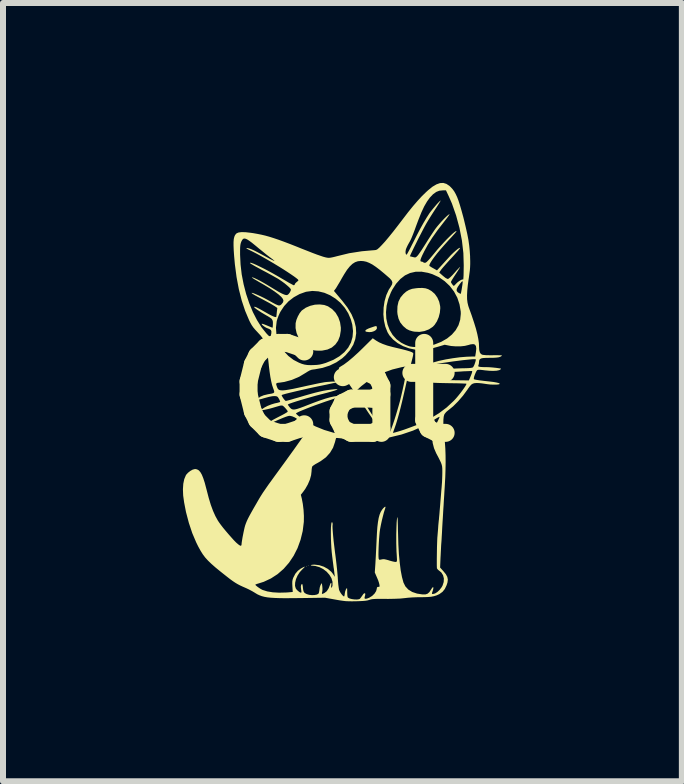
<source format=kicad_pcb>
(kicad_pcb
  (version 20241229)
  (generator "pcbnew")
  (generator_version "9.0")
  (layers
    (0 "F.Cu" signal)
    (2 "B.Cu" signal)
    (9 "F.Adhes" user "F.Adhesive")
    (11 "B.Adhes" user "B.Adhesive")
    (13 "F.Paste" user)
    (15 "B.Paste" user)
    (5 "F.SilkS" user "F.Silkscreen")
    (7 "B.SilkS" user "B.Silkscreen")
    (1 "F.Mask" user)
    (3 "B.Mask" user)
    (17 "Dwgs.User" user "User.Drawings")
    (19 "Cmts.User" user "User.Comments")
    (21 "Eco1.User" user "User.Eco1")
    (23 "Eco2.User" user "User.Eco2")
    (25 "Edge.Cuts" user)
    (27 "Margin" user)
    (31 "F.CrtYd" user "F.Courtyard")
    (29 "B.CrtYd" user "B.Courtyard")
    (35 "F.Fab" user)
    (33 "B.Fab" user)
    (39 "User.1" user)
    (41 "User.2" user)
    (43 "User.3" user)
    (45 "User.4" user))
  (footprint "Cat"
    (layer "F.Cu")
    (at 2.666 3.489)
    (property "Reference" "Cat" (at 0 0 0) (layer "F.SilkS") (effects (font (size 1.5 1.5) (thickness 0.3))))
    (attr board_only exclude_from_pos_files exclude_from_bom)
    (fp_poly (pts (xy -0.604 2.902) (xy -0.609 2.907) (xy -0.615 2.902) (xy -0.609 2.896)) (stroke (width 0) (type solid)) (fill yes) (layer "F.SilkS"))
    (fp_poly (pts (xy -0.573 2.891) (xy -0.578 2.896) (xy -0.583 2.891) (xy -0.578 2.886)) (stroke (width 0) (type solid)) (fill yes) (layer "F.SilkS"))
    (fp_poly (pts (xy 0.56 -1.1) (xy 0.564 -1.094) (xy 0.567 -1.088) (xy 0.568 -1.061) (xy 0.552 -1.037) (xy 0.522 -1.018) (xy 0.484 -1.005) (xy 0.44 -1.001) (xy 0.394 -1.007) (xy 0.393 -1.007) (xy 0.375 -1.017) (xy 0.377 -1.03) (xy 0.396 -1.046) (xy 0.433 -1.064) (xy 0.464 -1.075) (xy 0.508 -1.09) (xy 0.536 -1.099) (xy 0.552 -1.102)) (stroke (width 0) (type solid)) (fill yes) (layer "F.SilkS"))
    (fp_poly (pts (xy -0.31 -1.454) (xy -0.248 -1.432) (xy -0.178 -1.385) (xy -0.119 -1.323) (xy -0.075 -1.248) (xy -0.046 -1.165) (xy -0.033 -1.076) (xy -0.034 -1.026) (xy -0.049 -0.935) (xy -0.079 -0.858) (xy -0.125 -0.794) (xy -0.184 -0.744) (xy -0.256 -0.711) (xy -0.341 -0.694) (xy -0.363 -0.692) (xy -0.408 -0.692) (xy -0.45 -0.694) (xy -0.481 -0.698) (xy -0.482 -0.698) (xy -0.56 -0.728) (xy -0.63 -0.775) (xy -0.69 -0.836) (xy -0.737 -0.907) (xy -0.771 -0.986) (xy -0.788 -1.069) (xy -0.787 -1.15) (xy -0.774 -1.205) (xy -0.75 -1.263) (xy -0.72 -1.317) (xy -0.687 -1.359) (xy -0.68 -1.365) (xy -0.617 -1.409) (xy -0.544 -1.44) (xy -0.465 -1.459) (xy -0.385 -1.463)) (stroke (width 0) (type solid)) (fill yes) (layer "F.SilkS"))
    (fp_poly (pts (xy 1.379 -1.732) (xy 1.425 -1.717) (xy 1.472 -1.69) (xy 1.48 -1.685) (xy 1.533 -1.639) (xy 1.576 -1.578) (xy 1.607 -1.508) (xy 1.623 -1.434) (xy 1.625 -1.4) (xy 1.618 -1.326) (xy 1.599 -1.251) (xy 1.569 -1.181) (xy 1.531 -1.123) (xy 1.502 -1.092) (xy 1.437 -1.048) (xy 1.361 -1.019) (xy 1.279 -1.005) (xy 1.196 -1.009) (xy 1.167 -1.014) (xy 1.109 -1.031) (xy 1.063 -1.054) (xy 1.021 -1.089) (xy 1.003 -1.106) (xy 0.958 -1.162) (xy 0.929 -1.225) (xy 0.912 -1.299) (xy 0.908 -1.341) (xy 0.911 -1.432) (xy 0.928 -1.51) (xy 0.962 -1.579) (xy 1.01 -1.636) (xy 1.055 -1.676) (xy 1.102 -1.704) (xy 1.155 -1.723) (xy 1.221 -1.733) (xy 1.262 -1.737) (xy 1.327 -1.738)) (stroke (width 0) (type solid)) (fill yes) (layer "F.SilkS"))
    (fp_poly (pts (xy 1.727 -3.473) (xy 1.777 -3.44) (xy 1.801 -3.417) (xy 1.831 -3.384) (xy 1.858 -3.347) (xy 1.882 -3.304) (xy 1.906 -3.253) (xy 1.929 -3.192) (xy 1.953 -3.117) (xy 1.979 -3.028) (xy 2.008 -2.922) (xy 2.02 -2.875) (xy 2.05 -2.749) (xy 2.075 -2.638) (xy 2.094 -2.539) (xy 2.107 -2.446) (xy 2.116 -2.357) (xy 2.122 -2.267) (xy 2.122 -2.25) (xy 2.124 -2.187) (xy 2.124 -2.134) (xy 2.122 -2.084) (xy 2.118 -2.032) (xy 2.11 -1.972) (xy 2.1 -1.897) (xy 2.099 -1.896) (xy 2.084 -1.787) (xy 2.075 -1.694) (xy 2.071 -1.616) (xy 2.072 -1.55) (xy 2.079 -1.493) (xy 2.091 -1.442) (xy 2.099 -1.417) (xy 2.148 -1.281) (xy 2.188 -1.161) (xy 2.22 -1.057) (xy 2.243 -0.966) (xy 2.259 -0.887) (xy 2.269 -0.817) (xy 2.271 -0.76) (xy 2.274 -0.704) (xy 2.284 -0.664) (xy 2.301 -0.639) (xy 2.323 -0.625) (xy 2.346 -0.621) (xy 2.387 -0.617) (xy 2.443 -0.616) (xy 2.498 -0.616) (xy 2.551 -0.617) (xy 2.597 -0.616) (xy 2.632 -0.615) (xy 2.65 -0.613) (xy 2.653 -0.612) (xy 2.649 -0.604) (xy 2.63 -0.593) (xy 2.622 -0.589) (xy 2.595 -0.581) (xy 2.555 -0.576) (xy 2.5 -0.573) (xy 2.451 -0.573) (xy 2.385 -0.572) (xy 2.337 -0.569) (xy 2.305 -0.562) (xy 2.285 -0.55) (xy 2.275 -0.533) (xy 2.271 -0.509) (xy 2.271 -0.504) (xy 2.268 -0.473) (xy 2.261 -0.449) (xy 2.261 -0.448) (xy 2.257 -0.437) (xy 2.261 -0.429) (xy 2.276 -0.424) (xy 2.304 -0.42) (xy 2.349 -0.418) (xy 2.387 -0.418) (xy 2.441 -0.416) (xy 2.496 -0.412) (xy 2.542 -0.407) (xy 2.553 -0.406) (xy 2.589 -0.401) (xy 2.616 -0.397) (xy 2.628 -0.396) (xy 2.637 -0.392) (xy 2.631 -0.381) (xy 2.614 -0.37) (xy 2.603 -0.366) (xy 2.564 -0.358) (xy 2.508 -0.355) (xy 2.442 -0.357) (xy 2.368 -0.364) (xy 2.347 -0.367) (xy 2.295 -0.373) (xy 2.262 -0.373) (xy 2.242 -0.369) (xy 2.242 -0.368) (xy 2.23 -0.354) (xy 2.216 -0.327) (xy 2.202 -0.294) (xy 2.19 -0.26) (xy 2.184 -0.233) (xy 2.185 -0.218) (xy 2.185 -0.217) (xy 2.201 -0.211) (xy 2.237 -0.204) (xy 2.291 -0.196) (xy 2.364 -0.187) (xy 2.448 -0.178) (xy 2.514 -0.17) (xy 2.564 -0.161) (xy 2.599 -0.152) (xy 2.616 -0.143) (xy 2.614 -0.135) (xy 2.614 -0.135) (xy 2.593 -0.129) (xy 2.557 -0.126) (xy 2.51 -0.126) (xy 2.458 -0.128) (xy 2.406 -0.134) (xy 2.366 -0.14) (xy 2.318 -0.147) (xy 2.267 -0.152) (xy 2.229 -0.153) (xy 2.194 -0.15) (xy 2.167 -0.142) (xy 2.142 -0.126) (xy 2.118 -0.099) (xy 2.087 -0.057) (xy 2.081 -0.047) (xy 2.004 0.058) (xy 1.922 0.153) (xy 1.839 0.236) (xy 1.758 0.302) (xy 1.757 0.302) (xy 1.723 0.331) (xy 1.698 0.362) (xy 1.691 0.375) (xy 1.682 0.408) (xy 1.677 0.458) (xy 1.676 0.521) (xy 1.678 0.593) (xy 1.683 0.67) (xy 1.692 0.748) (xy 1.693 0.761) (xy 1.702 0.841) (xy 1.709 0.938) (xy 1.713 1.049) (xy 1.714 1.168) (xy 1.712 1.291) (xy 1.708 1.416) (xy 1.703 1.505) (xy 1.699 1.58) (xy 1.694 1.655) (xy 1.69 1.726) (xy 1.686 1.787) (xy 1.683 1.833) (xy 1.683 1.834) (xy 1.68 1.889) (xy 1.676 1.947) (xy 1.673 1.997) (xy 1.672 2.016) (xy 1.67 2.051) (xy 1.667 2.101) (xy 1.663 2.162) (xy 1.659 2.229) (xy 1.656 2.282) (xy 1.653 2.347) (xy 1.649 2.41) (xy 1.646 2.465) (xy 1.643 2.507) (xy 1.641 2.53) (xy 1.639 2.56) (xy 1.637 2.605) (xy 1.634 2.662) (xy 1.631 2.723) (xy 1.629 2.755) (xy 1.622 2.924) (xy 1.676 2.984) (xy 1.718 3.035) (xy 1.742 3.08) (xy 1.751 3.124) (xy 1.745 3.173) (xy 1.73 3.22) (xy 1.7 3.282) (xy 1.662 3.329) (xy 1.611 3.366) (xy 1.607 3.368) (xy 1.566 3.387) (xy 1.522 3.401) (xy 1.471 3.411) (xy 1.408 3.416) (xy 1.331 3.418) (xy 1.299 3.418) (xy 1.232 3.419) (xy 1.159 3.422) (xy 1.09 3.427) (xy 1.037 3.433) (xy 0.958 3.441) (xy 0.861 3.445) (xy 0.748 3.447) (xy 0.707 3.446) (xy 0.632 3.446) (xy 0.575 3.446) (xy 0.532 3.448) (xy 0.499 3.45) (xy 0.473 3.454) (xy 0.452 3.46) (xy 0.443 3.463) (xy 0.416 3.471) (xy 0.382 3.477) (xy 0.338 3.481) (xy 0.28 3.484) (xy 0.219 3.486) (xy 0.15 3.487) (xy 0.095 3.486) (xy 0.046 3.484) (xy -0.002 3.478) (xy -0.057 3.47) (xy -0.125 3.458) (xy -0.297 3.427) (xy -0.708 3.433) (xy -0.84 3.434) (xy -0.954 3.435) (xy -1.05 3.434) (xy -1.132 3.431) (xy -1.2 3.427) (xy -1.258 3.421) (xy -1.308 3.412) (xy -1.35 3.401) (xy -1.388 3.387) (xy -1.423 3.371) (xy -1.458 3.35) (xy -1.469 3.343) (xy -1.513 3.317) (xy -1.566 3.289) (xy -1.617 3.265) (xy -1.62 3.264) (xy -1.67 3.242) (xy -1.713 3.222) (xy -1.734 3.211) (xy -1.459 3.211) (xy -1.45 3.222) (xy -1.429 3.24) (xy -1.4 3.261) (xy -1.369 3.281) (xy -1.341 3.296) (xy -1.336 3.298) (xy -1.259 3.322) (xy -1.167 3.337) (xy -1.061 3.343) (xy -0.944 3.34) (xy -0.914 3.338) (xy -0.835 3.331) (xy -0.841 3.236) (xy -0.843 3.187) (xy -0.842 3.152) (xy -0.837 3.125) (xy -0.828 3.098) (xy -0.824 3.089) (xy -0.791 3.026) (xy -0.751 2.979) (xy -0.701 2.941) (xy -0.695 2.938) (xy -0.658 2.918) (xy -0.637 2.909) (xy -0.634 2.912) (xy -0.648 2.928) (xy -0.674 2.953) (xy -0.719 3.002) (xy -0.755 3.058) (xy -0.781 3.117) (xy -0.795 3.176) (xy -0.797 3.229) (xy -0.785 3.271) (xy -0.768 3.294) (xy -0.745 3.316) (xy -0.721 3.334) (xy -0.701 3.343) (xy -0.692 3.341) (xy -0.69 3.329) (xy -0.693 3.303) (xy -0.696 3.284) (xy -0.7 3.243) (xy -0.695 3.213) (xy -0.683 3.199) (xy -0.678 3.198) (xy -0.673 3.208) (xy -0.668 3.233) (xy -0.665 3.263) (xy -0.66 3.301) (xy -0.652 3.327) (xy -0.639 3.345) (xy -0.633 3.35) (xy -0.602 3.367) (xy -0.56 3.379) (xy -0.514 3.384) (xy -0.469 3.382) (xy -0.431 3.374) (xy -0.406 3.36) (xy -0.406 3.359) (xy -0.398 3.341) (xy -0.392 3.31) (xy -0.39 3.291) (xy -0.384 3.254) (xy -0.373 3.221) (xy -0.368 3.21) (xy -0.35 3.183) (xy -0.342 3.24) (xy -0.339 3.279) (xy -0.341 3.316) (xy -0.344 3.331) (xy -0.349 3.354) (xy -0.346 3.363) (xy -0.331 3.36) (xy -0.306 3.348) (xy -0.267 3.318) (xy -0.236 3.269) (xy -0.218 3.222) (xy -0.207 3.191) (xy -0.197 3.179) (xy -0.191 3.185) (xy -0.191 3.209) (xy -0.193 3.219) (xy -0.195 3.248) (xy -0.191 3.261) (xy -0.189 3.261) (xy -0.181 3.252) (xy -0.174 3.229) (xy -0.172 3.22) (xy -0.172 3.161) (xy -0.19 3.101) (xy -0.224 3.045) (xy -0.27 2.993) (xy -0.326 2.95) (xy -0.39 2.917) (xy -0.458 2.898) (xy -0.495 2.894) (xy -0.525 2.891) (xy -0.535 2.886) (xy -0.528 2.881) (xy -0.505 2.877) (xy -0.475 2.875) (xy -0.395 2.884) (xy -0.318 2.909) (xy -0.249 2.947) (xy -0.191 2.996) (xy -0.164 3.031) (xy -0.133 3.079) (xy -0.141 3.016) (xy -0.145 2.98) (xy -0.149 2.95) (xy -0.151 2.936) (xy -0.154 2.92) (xy -0.158 2.887) (xy -0.164 2.841) (xy -0.171 2.786) (xy -0.177 2.738) (xy -0.185 2.667) (xy -0.191 2.594) (xy -0.195 2.519) (xy -0.198 2.445) (xy -0.199 2.376) (xy -0.199 2.312) (xy -0.198 2.257) (xy -0.194 2.213) (xy -0.19 2.182) (xy -0.183 2.167) (xy -0.176 2.17) (xy -0.175 2.172) (xy -0.169 2.197) (xy -0.17 2.209) (xy -0.172 2.232) (xy -0.171 2.273) (xy -0.167 2.33) (xy -0.161 2.401) (xy -0.153 2.483) (xy -0.142 2.574) (xy -0.13 2.672) (xy -0.125 2.709) (xy -0.115 2.789) (xy -0.105 2.873) (xy -0.096 2.956) (xy -0.089 3.032) (xy -0.084 3.094) (xy -0.084 3.099) (xy -0.08 3.158) (xy -0.075 3.212) (xy -0.069 3.257) (xy -0.064 3.288) (xy -0.063 3.295) (xy -0.051 3.322) (xy -0.033 3.352) (xy -0.012 3.38) (xy 0.008 3.4) (xy 0.021 3.407) (xy 0.026 3.397) (xy 0.031 3.374) (xy 0.033 3.356) (xy 0.04 3.321) (xy 0.051 3.29) (xy 0.056 3.281) (xy 0.064 3.27) (xy 0.07 3.268) (xy 0.072 3.28) (xy 0.073 3.308) (xy 0.073 3.335) (xy 0.075 3.384) (xy 0.08 3.415) (xy 0.086 3.425) (xy 0.113 3.44) (xy 0.152 3.45) (xy 0.195 3.456) (xy 0.237 3.457) (xy 0.27 3.452) (xy 0.283 3.446) (xy 0.298 3.429) (xy 0.317 3.402) (xy 0.322 3.395) (xy 0.344 3.363) (xy 0.363 3.351) (xy 0.373 3.356) (xy 0.374 3.378) (xy 0.365 3.412) (xy 0.361 3.435) (xy 0.373 3.445) (xy 0.401 3.442) (xy 0.44 3.427) (xy 0.489 3.397) (xy 0.529 3.358) (xy 0.555 3.317) (xy 0.565 3.283) (xy 0.569 3.258) (xy 0.578 3.248) (xy 0.592 3.246) (xy 0.608 3.245) (xy 0.613 3.236) (xy 0.611 3.213) (xy 0.61 3.208) (xy 0.603 3.179) (xy 0.59 3.139) (xy 0.572 3.096) (xy 0.568 3.087) (xy 0.533 3.006) (xy 0.543 2.86) (xy 0.546 2.805) (xy 0.55 2.735) (xy 0.554 2.655) (xy 0.558 2.571) (xy 0.562 2.489) (xy 0.563 2.464) (xy 0.569 2.346) (xy 0.576 2.247) (xy 0.586 2.165) (xy 0.598 2.097) (xy 0.613 2.042) (xy 0.632 1.996) (xy 0.654 1.96) (xy 0.674 1.935) (xy 0.698 1.913) (xy 0.71 1.909) (xy 0.711 1.922) (xy 0.702 1.951) (xy 0.686 2.001) (xy 0.669 2.066) (xy 0.651 2.138) (xy 0.635 2.212) (xy 0.622 2.28) (xy 0.62 2.292) (xy 0.614 2.334) (xy 0.609 2.389) (xy 0.604 2.451) (xy 0.6 2.518) (xy 0.597 2.585) (xy 0.595 2.648) (xy 0.594 2.702) (xy 0.595 2.745) (xy 0.597 2.771) (xy 0.597 2.774) (xy 0.603 2.79) (xy 0.614 2.795) (xy 0.635 2.791) (xy 0.644 2.789) (xy 0.667 2.785) (xy 0.691 2.785) (xy 0.721 2.791) (xy 0.765 2.803) (xy 0.779 2.808) (xy 0.822 2.82) (xy 0.858 2.828) (xy 0.883 2.831) (xy 0.89 2.83) (xy 0.897 2.825) (xy 0.902 2.813) (xy 0.903 2.791) (xy 0.901 2.755) (xy 0.899 2.717) (xy 0.895 2.657) (xy 0.893 2.59) (xy 0.891 2.517) (xy 0.891 2.443) (xy 0.891 2.369) (xy 0.893 2.298) (xy 0.895 2.233) (xy 0.897 2.176) (xy 0.901 2.131) (xy 0.905 2.1) (xy 0.909 2.086) (xy 0.912 2.086) (xy 0.913 2.097) (xy 0.915 2.126) (xy 0.916 2.17) (xy 0.918 2.227) (xy 0.919 2.293) (xy 0.921 2.36) (xy 0.926 2.537) (xy 0.935 2.699) (xy 0.949 2.844) (xy 0.965 2.972) (xy 0.986 3.081) (xy 1.01 3.17) (xy 1.011 3.174) (xy 1.043 3.238) (xy 1.092 3.291) (xy 1.157 3.331) (xy 1.237 3.358) (xy 1.328 3.372) (xy 1.377 3.372) (xy 1.413 3.36) (xy 1.444 3.333) (xy 1.47 3.292) (xy 1.49 3.261) (xy 1.504 3.25) (xy 1.51 3.257) (xy 1.508 3.28) (xy 1.497 3.319) (xy 1.495 3.322) (xy 1.487 3.349) (xy 1.486 3.361) (xy 1.495 3.365) (xy 1.504 3.365) (xy 1.538 3.356) (xy 1.576 3.332) (xy 1.613 3.297) (xy 1.646 3.254) (xy 1.663 3.224) (xy 1.682 3.165) (xy 1.685 3.106) (xy 1.671 3.052) (xy 1.643 3.007) (xy 1.612 2.981) (xy 1.587 2.961) (xy 1.571 2.94) (xy 1.569 2.935) (xy 1.568 2.918) (xy 1.567 2.884) (xy 1.567 2.837) (xy 1.567 2.779) (xy 1.568 2.715) (xy 1.569 2.648) (xy 1.57 2.581) (xy 1.572 2.519) (xy 1.574 2.465) (xy 1.576 2.422) (xy 1.578 2.401) (xy 1.581 2.365) (xy 1.585 2.317) (xy 1.589 2.268) (xy 1.589 2.266) (xy 1.592 2.221) (xy 1.596 2.179) (xy 1.599 2.149) (xy 1.599 2.146) (xy 1.602 2.126) (xy 1.605 2.088) (xy 1.61 2.036) (xy 1.615 1.973) (xy 1.621 1.904) (xy 1.625 1.854) (xy 1.631 1.78) (xy 1.637 1.708) (xy 1.642 1.644) (xy 1.647 1.59) (xy 1.65 1.551) (xy 1.651 1.537) (xy 1.654 1.5) (xy 1.656 1.45) (xy 1.658 1.394) (xy 1.659 1.348) (xy 1.659 1.303) (xy 1.658 1.267) (xy 1.655 1.236) (xy 1.648 1.207) (xy 1.637 1.176) (xy 1.619 1.138) (xy 1.595 1.09) (xy 1.562 1.028) (xy 1.558 1.021) (xy 1.521 0.935) (xy 1.498 0.846) (xy 1.491 0.758) (xy 1.499 0.676) (xy 1.522 0.602) (xy 1.529 0.587) (xy 1.563 0.521) (xy 1.588 0.472) (xy 1.604 0.438) (xy 1.612 0.418) (xy 1.612 0.41) (xy 1.602 0.414) (xy 1.578 0.426) (xy 1.545 0.446) (xy 1.517 0.464) (xy 1.35 0.56) (xy 1.17 0.641) (xy 0.978 0.706) (xy 0.775 0.755) (xy 0.641 0.777) (xy 0.545 0.787) (xy 0.435 0.792) (xy 0.319 0.794) (xy 0.203 0.791) (xy 0.094 0.784) (xy 0.028 0.776) (xy -0.023 0.77) (xy -0.065 0.766) (xy -0.096 0.763) (xy -0.11 0.764) (xy -0.111 0.764) (xy -0.116 0.776) (xy -0.123 0.802) (xy -0.131 0.833) (xy -0.163 0.926) (xy -0.214 1.011) (xy -0.282 1.086) (xy -0.368 1.149) (xy -0.414 1.176) (xy -0.453 1.197) (xy -0.485 1.218) (xy -0.506 1.234) (xy -0.51 1.24) (xy -0.516 1.261) (xy -0.52 1.294) (xy -0.521 1.316) (xy -0.529 1.384) (xy -0.55 1.46) (xy -0.584 1.539) (xy -0.627 1.614) (xy -0.664 1.665) (xy -0.7 1.71) (xy -0.684 1.774) (xy -0.667 1.863) (xy -0.655 1.962) (xy -0.649 2.063) (xy -0.65 2.155) (xy -0.65 2.161) (xy -0.669 2.316) (xy -0.705 2.462) (xy -0.755 2.6) (xy -0.82 2.728) (xy -0.897 2.843) (xy -0.987 2.946) (xy -1.088 3.034) (xy -1.199 3.106) (xy -1.319 3.162) (xy -1.405 3.189) (xy -1.435 3.198) (xy -1.454 3.206) (xy -1.459 3.211) (xy -1.734 3.211) (xy -1.753 3.201) (xy -1.792 3.178) (xy -1.834 3.15) (xy -1.881 3.116) (xy -1.936 3.073) (xy -2.003 3.02) (xy -2.042 2.989) (xy -2.124 2.922) (xy -2.192 2.862) (xy -2.248 2.808) (xy -2.296 2.755) (xy -2.337 2.7) (xy -2.374 2.64) (xy -2.412 2.571) (xy -2.444 2.506) (xy -2.51 2.351) (xy -2.567 2.18) (xy -2.615 1.998) (xy -2.646 1.838) (xy -2.662 1.723) (xy -2.666 1.619) (xy -2.66 1.527) (xy -2.644 1.45) (xy -2.618 1.388) (xy -2.612 1.377) (xy -2.582 1.344) (xy -2.544 1.314) (xy -2.503 1.291) (xy -2.467 1.282) (xy -2.463 1.281) (xy -2.431 1.287) (xy -2.402 1.303) (xy -2.376 1.332) (xy -2.351 1.375) (xy -2.327 1.434) (xy -2.302 1.511) (xy -2.277 1.606) (xy -2.271 1.628) (xy -2.236 1.763) (xy -2.201 1.879) (xy -2.164 1.979) (xy -2.125 2.066) (xy -2.083 2.142) (xy -2.06 2.176) (xy -2.033 2.213) (xy -1.996 2.261) (xy -1.952 2.314) (xy -1.906 2.368) (xy -1.86 2.42) (xy -1.819 2.466) (xy -1.785 2.501) (xy -1.77 2.515) (xy -1.734 2.545) (xy -1.71 2.56) (xy -1.695 2.559) (xy -1.689 2.543) (xy -1.688 2.529) (xy -1.686 2.507) (xy -1.68 2.469) (xy -1.672 2.42) (xy -1.661 2.365) (xy -1.657 2.344) (xy -1.647 2.297) (xy -1.638 2.257) (xy -1.628 2.221) (xy -1.616 2.187) (xy -1.601 2.15) (xy -1.582 2.109) (xy -1.557 2.061) (xy -1.525 2.003) (xy -1.485 1.932) (xy -1.442 1.858) (xy -1.418 1.816) (xy -1.396 1.778) (xy -1.375 1.743) (xy -1.353 1.708) (xy -1.33 1.672) (xy -1.303 1.633) (xy -1.272 1.588) (xy -1.236 1.536) (xy -1.192 1.476) (xy -1.14 1.404) (xy -1.078 1.319) (xy -1.009 1.224) (xy -0.944 1.135) (xy -0.881 1.047) (xy -0.82 0.963) (xy -0.764 0.884) (xy -0.712 0.811) (xy -0.667 0.747) (xy -0.63 0.692) (xy -0.601 0.649) (xy -0.582 0.62) (xy -0.573 0.605) (xy -0.573 0.604) (xy -0.581 0.593) (xy -0.602 0.572) (xy -0.633 0.546) (xy -0.67 0.516) (xy -0.71 0.485) (xy -0.748 0.457) (xy -0.781 0.433) (xy -0.807 0.418) (xy -0.808 0.418) (xy -0.843 0.403) (xy -0.878 0.395) (xy -0.89 0.394) (xy -0.913 0.398) (xy -0.95 0.41) (xy -0.999 0.429) (xy -1.054 0.452) (xy -1.066 0.457) (xy -1.118 0.48) (xy -1.163 0.499) (xy -1.199 0.513) (xy -1.221 0.52) (xy -1.226 0.521) (xy -1.237 0.517) (xy -1.23 0.505) (xy -1.207 0.487) (xy -1.168 0.463) (xy -1.114 0.434) (xy -1.064 0.408) (xy -1.015 0.383) (xy -0.972 0.36) (xy -0.94 0.341) (xy -0.922 0.329) (xy -0.919 0.325) (xy -0.923 0.31) (xy -0.941 0.286) (xy -0.962 0.262) (xy -0.979 0.244) (xy -0.993 0.232) (xy -1.005 0.224) (xy -1.021 0.222) (xy -1.043 0.224) (xy -1.075 0.233) (xy -1.12 0.246) (xy -1.177 0.263) (xy -1.225 0.276) (xy -1.273 0.287) (xy -1.311 0.295) (xy -1.318 0.296) (xy -1.37 0.303) (xy -1.344 0.281) (xy -1.304 0.254) (xy -1.251 0.227) (xy -1.192 0.204) (xy -1.133 0.186) (xy -1.122 0.184) (xy -1.086 0.176) (xy -1.058 0.168) (xy -1.045 0.163) (xy -1.045 0.163) (xy -1.047 0.152) (xy -1.056 0.128) (xy -1.064 0.113) (xy -1.081 0.085) (xy -1.097 0.071) (xy -1.12 0.066) (xy -1.136 0.065) (xy -1.175 0.067) (xy -1.231 0.078) (xy -1.301 0.097) (xy -1.302 0.097) (xy -1.349 0.111) (xy -1.388 0.121) (xy -1.415 0.128) (xy -1.426 0.129) (xy -1.426 0.129) (xy -1.423 0.119) (xy -1.411 0.103) (xy -1.375 0.075) (xy -1.32 0.052) (xy -1.25 0.035) (xy -1.234 0.032) (xy -1.188 0.024) (xy -1.159 0.016) (xy -1.145 0.004) (xy -1.144 -0.014) (xy -1.153 -0.043) (xy -1.161 -0.064) (xy -1.179 -0.118) (xy -1.183 -0.134) (xy -1.112 -0.134) (xy -1.105 -0.109) (xy -1.095 -0.081) (xy -1.086 -0.061) (xy -1.074 -0.046) (xy -1.057 -0.036) (xy -1.032 -0.031) (xy -0.999 -0.03) (xy -0.956 -0.034) (xy -0.899 -0.043) (xy -0.827 -0.056) (xy -0.739 -0.075) (xy -0.657 -0.093) (xy -0.58 -0.11) (xy -0.505 -0.126) (xy -0.436 -0.141) (xy -0.377 -0.153) (xy -0.331 -0.161) (xy -0.305 -0.166) (xy -0.271 -0.17) (xy -0.23 -0.173) (xy -0.185 -0.176) (xy -0.142 -0.177) (xy -0.104 -0.177) (xy -0.076 -0.177) (xy -0.063 -0.174) (xy -0.063 -0.173) (xy -0.074 -0.17) (xy -0.103 -0.163) (xy -0.148 -0.153) (xy -0.205 -0.141) (xy -0.273 -0.126) (xy -0.35 -0.11) (xy -0.401 -0.1) (xy -0.489 -0.081) (xy -0.577 -0.062) (xy -0.664 -0.042) (xy -0.747 -0.023) (xy -0.823 -0.005) (xy -0.89 0.011) (xy -0.946 0.025) (xy -0.988 0.037) (xy -1.013 0.045) (xy -1.019 0.048) (xy -1.018 0.058) (xy -1.007 0.079) (xy -0.991 0.104) (xy -0.973 0.127) (xy -0.957 0.143) (xy -0.95 0.146) (xy -0.936 0.143) (xy -0.904 0.135) (xy -0.86 0.123) (xy -0.806 0.107) (xy -0.746 0.09) (xy -0.746 0.09) (xy -0.635 0.057) (xy -0.54 0.03) (xy -0.459 0.008) (xy -0.389 -0.009) (xy -0.326 -0.023) (xy -0.268 -0.033) (xy -0.211 -0.041) (xy -0.153 -0.047) (xy -0.151 -0.048) (xy -0.113 -0.05) (xy -0.093 -0.05) (xy -0.089 -0.046) (xy -0.104 -0.038) (xy -0.137 -0.026) (xy -0.189 -0.011) (xy -0.261 0.009) (xy -0.352 0.033) (xy -0.365 0.036) (xy -0.455 0.06) (xy -0.543 0.085) (xy -0.627 0.109) (xy -0.705 0.132) (xy -0.774 0.153) (xy -0.832 0.172) (xy -0.876 0.187) (xy -0.905 0.199) (xy -0.917 0.206) (xy -0.917 0.207) (xy -0.911 0.218) (xy -0.895 0.24) (xy -0.885 0.253) (xy -0.867 0.272) (xy -0.849 0.284) (xy -0.827 0.289) (xy -0.799 0.288) (xy -0.761 0.279) (xy -0.712 0.263) (xy -0.647 0.239) (xy -0.607 0.223) (xy -0.483 0.175) (xy -0.376 0.136) (xy -0.285 0.106) (xy -0.207 0.084) (xy -0.142 0.07) (xy -0.088 0.063) (xy -0.064 0.063) (xy -0.048 0.064) (xy -0.046 0.069) (xy -0.06 0.077) (xy -0.091 0.09) (xy -0.14 0.107) (xy -0.208 0.13) (xy -0.208 0.13) (xy -0.292 0.158) (xy -0.376 0.188) (xy -0.458 0.217) (xy -0.536 0.246) (xy -0.607 0.274) (xy -0.669 0.299) (xy -0.719 0.32) (xy -0.756 0.338) (xy -0.777 0.35) (xy -0.781 0.355) (xy -0.773 0.366) (xy -0.751 0.386) (xy -0.718 0.412) (xy -0.677 0.442) (xy -0.632 0.472) (xy -0.587 0.501) (xy -0.583 0.504) (xy -0.455 0.571) (xy -0.312 0.629) (xy -0.159 0.675) (xy 0.001 0.709) (xy 0.146 0.728) (xy 0.218 0.732) (xy 0.302 0.734) (xy 0.391 0.733) (xy 0.477 0.729) (xy 0.555 0.723) (xy 0.596 0.718) (xy 0.677 0.706) (xy 0.63 0.642) (xy 0.618 0.625) (xy 0.596 0.593) (xy 0.565 0.547) (xy 0.526 0.49) (xy 0.481 0.423) (xy 0.431 0.35) (xy 0.378 0.27) (xy 0.322 0.188) (xy 0.265 0.103) (xy 0.209 0.02) (xy 0.179 -0.026) (xy 0.228 -0.026) (xy 0.268 0.031) (xy 0.288 0.06) (xy 0.315 0.102) (xy 0.347 0.153) (xy 0.382 0.208) (xy 0.405 0.245) (xy 0.441 0.303) (xy 0.479 0.362) (xy 0.515 0.416) (xy 0.546 0.46) (xy 0.56 0.479) (xy 0.588 0.512) (xy 0.622 0.549) (xy 0.659 0.586) (xy 0.696 0.621) (xy 0.73 0.649) (xy 0.756 0.669) (xy 0.772 0.677) (xy 0.772 0.677) (xy 0.782 0.669) (xy 0.794 0.647) (xy 0.798 0.638) (xy 0.815 0.593) (xy 0.837 0.531) (xy 0.861 0.459) (xy 0.886 0.38) (xy 0.91 0.298) (xy 0.933 0.219) (xy 0.953 0.147) (xy 0.957 0.13) (xy 0.972 0.069) (xy 0.988 0.001) (xy 1.004 -0.071) (xy 1.02 -0.144) (xy 1.034 -0.214) (xy 1.047 -0.279) (xy 1.058 -0.336) (xy 1.066 -0.38) (xy 1.07 -0.411) (xy 1.071 -0.422) (xy 1.063 -0.427) (xy 1.043 -0.427) (xy 1.007 -0.422) (xy 0.973 -0.415) (xy 0.824 -0.378) (xy 0.68 -0.326) (xy 0.545 -0.261) (xy 0.42 -0.187) (xy 0.311 -0.103) (xy 0.286 -0.081) (xy 0.228 -0.026) (xy 0.179 -0.026) (xy 0.155 -0.061) (xy 0.103 -0.138) (xy 0.056 -0.209) (xy 0.015 -0.271) (xy -0.019 -0.322) (xy -0.045 -0.361) (xy -0.062 -0.386) (xy -0.066 -0.393) (xy -0.065 -0.407) (xy -0.044 -0.423) (xy -0.041 -0.425) (xy 0.019 -0.462) (xy 0.091 -0.516) (xy 0.172 -0.584) (xy 0.262 -0.666) (xy 0.33 -0.732) (xy 0.499 -0.899) (xy 0.554 -0.861) (xy 0.605 -0.831) (xy 0.666 -0.804) (xy 0.739 -0.778) (xy 0.828 -0.754) (xy 0.895 -0.738) (xy 0.988 -0.716) (xy 1.061 -0.697) (xy 1.115 -0.681) (xy 1.151 -0.667) (xy 1.171 -0.654) (xy 1.174 -0.65) (xy 1.174 -0.634) (xy 1.169 -0.602) (xy 1.159 -0.56) (xy 1.148 -0.517) (xy 1.137 -0.476) (xy 1.123 -0.419) (xy 1.105 -0.349) (xy 1.087 -0.27) (xy 1.067 -0.187) (xy 1.048 -0.104) (xy 1.047 -0.099) (xy 1.016 0.037) (xy 0.989 0.154) (xy 0.964 0.255) (xy 0.942 0.342) (xy 0.921 0.417) (xy 0.902 0.482) (xy 0.884 0.54) (xy 0.871 0.577) (xy 0.835 0.679) (xy 0.868 0.672) (xy 0.907 0.661) (xy 0.961 0.645) (xy 1.025 0.624) (xy 1.094 0.599) (xy 1.164 0.573) (xy 1.23 0.548) (xy 1.287 0.524) (xy 1.302 0.517) (xy 1.461 0.438) (xy 1.603 0.351) (xy 1.731 0.255) (xy 1.847 0.147) (xy 1.856 0.138) (xy 1.89 0.101) (xy 1.926 0.058) (xy 1.962 0.013) (xy 1.995 -0.031) (xy 2.024 -0.072) (xy 2.046 -0.106) (xy 2.059 -0.13) (xy 2.061 -0.141) (xy 2.049 -0.143) (xy 2.02 -0.144) (xy 1.975 -0.146) (xy 1.917 -0.148) (xy 1.85 -0.149) (xy 1.776 -0.15) (xy 1.775 -0.15) (xy 1.671 -0.152) (xy 1.586 -0.154) (xy 1.519 -0.157) (xy 1.469 -0.161) (xy 1.435 -0.165) (xy 1.414 -0.17) (xy 1.407 -0.177) (xy 1.406 -0.178) (xy 1.416 -0.185) (xy 1.446 -0.192) (xy 1.495 -0.196) (xy 1.565 -0.199) (xy 1.654 -0.2) (xy 1.765 -0.2) (xy 1.814 -0.2) (xy 2.102 -0.196) (xy 2.134 -0.273) (xy 2.148 -0.309) (xy 2.156 -0.336) (xy 2.157 -0.351) (xy 2.156 -0.352) (xy 2.143 -0.353) (xy 2.113 -0.352) (xy 2.068 -0.35) (xy 2.014 -0.348) (xy 1.961 -0.344) (xy 1.856 -0.338) (xy 1.757 -0.333) (xy 1.667 -0.329) (xy 1.588 -0.327) (xy 1.521 -0.325) (xy 1.469 -0.325) (xy 1.432 -0.326) (xy 1.413 -0.329) (xy 1.412 -0.331) (xy 1.431 -0.341) (xy 1.467 -0.35) (xy 1.52 -0.36) (xy 1.585 -0.369) (xy 1.66 -0.378) (xy 1.742 -0.385) (xy 1.828 -0.392) (xy 1.916 -0.396) (xy 2.004 -0.399) (xy 2.027 -0.399) (xy 2.092 -0.401) (xy 2.137 -0.405) (xy 2.163 -0.411) (xy 2.17 -0.415) (xy 2.181 -0.431) (xy 2.194 -0.458) (xy 2.205 -0.49) (xy 2.214 -0.52) (xy 2.218 -0.542) (xy 2.216 -0.548) (xy 2.202 -0.55) (xy 2.171 -0.55) (xy 2.124 -0.546) (xy 2.065 -0.54) (xy 1.996 -0.533) (xy 1.92 -0.523) (xy 1.839 -0.513) (xy 1.757 -0.501) (xy 1.676 -0.489) (xy 1.598 -0.476) (xy 1.527 -0.464) (xy 1.495 -0.458) (xy 1.432 -0.446) (xy 1.39 -0.44) (xy 1.368 -0.439) (xy 1.366 -0.443) (xy 1.384 -0.453) (xy 1.422 -0.467) (xy 1.48 -0.487) (xy 1.505 -0.495) (xy 1.603 -0.522) (xy 1.714 -0.546) (xy 1.833 -0.566) (xy 1.951 -0.582) (xy 2.063 -0.591) (xy 2.148 -0.594) (xy 2.207 -0.594) (xy 2.219 -0.667) (xy 2.225 -0.726) (xy 2.22 -0.767) (xy 2.203 -0.793) (xy 2.174 -0.802) (xy 2.13 -0.797) (xy 2.096 -0.787) (xy 2.035 -0.772) (xy 1.962 -0.764) (xy 1.883 -0.764) (xy 1.807 -0.77) (xy 1.784 -0.774) (xy 1.699 -0.791) (xy 1.581 -0.756) (xy 1.493 -0.732) (xy 1.421 -0.715) (xy 1.358 -0.705) (xy 1.301 -0.702) (xy 1.245 -0.704) (xy 1.213 -0.708) (xy 1.104 -0.731) (xy 1.004 -0.768) (xy 0.914 -0.818) (xy 0.837 -0.879) (xy 0.775 -0.95) (xy 0.745 -1) (xy 0.709 -1.092) (xy 0.686 -1.193) (xy 0.676 -1.301) (xy 0.678 -1.334) (xy 0.72 -1.334) (xy 0.725 -1.228) (xy 0.746 -1.129) (xy 0.781 -1.037) (xy 0.831 -0.954) (xy 0.895 -0.883) (xy 0.972 -0.826) (xy 1.004 -0.809) (xy 1.045 -0.789) (xy 1.086 -0.773) (xy 1.118 -0.763) (xy 1.12 -0.762) (xy 1.169 -0.755) (xy 1.232 -0.752) (xy 1.3 -0.753) (xy 1.366 -0.758) (xy 1.408 -0.765) (xy 1.532 -0.796) (xy 1.642 -0.84) (xy 1.738 -0.895) (xy 1.818 -0.96) (xy 1.882 -1.034) (xy 1.929 -1.117) (xy 1.957 -1.208) (xy 1.967 -1.305) (xy 1.966 -1.344) (xy 1.946 -1.463) (xy 1.909 -1.575) (xy 1.854 -1.678) (xy 1.843 -1.692) (xy 1.898 -1.692) (xy 1.912 -1.67) (xy 1.93 -1.657) (xy 1.952 -1.645) (xy 1.965 -1.64) (xy 1.967 -1.64) (xy 1.97 -1.651) (xy 1.975 -1.678) (xy 1.982 -1.716) (xy 1.985 -1.736) (xy 1.994 -1.792) (xy 1.998 -1.828) (xy 1.998 -1.847) (xy 1.991 -1.849) (xy 1.977 -1.837) (xy 1.956 -1.811) (xy 1.948 -1.801) (xy 1.916 -1.755) (xy 1.899 -1.72) (xy 1.898 -1.692) (xy 1.843 -1.692) (xy 1.783 -1.771) (xy 1.698 -1.851) (xy 1.601 -1.918) (xy 1.492 -1.968) (xy 1.42 -1.99) (xy 1.313 -2.009) (xy 1.214 -2.008) (xy 1.121 -1.987) (xy 1.036 -1.947) (xy 0.959 -1.887) (xy 0.888 -1.808) (xy 0.825 -1.71) (xy 0.801 -1.662) (xy 0.757 -1.552) (xy 0.73 -1.442) (xy 0.72 -1.334) (xy 0.678 -1.334) (xy 0.68 -1.41) (xy 0.696 -1.517) (xy 0.725 -1.618) (xy 0.766 -1.708) (xy 0.8 -1.76) (xy 0.822 -1.799) (xy 0.826 -1.834) (xy 0.81 -1.868) (xy 0.781 -1.9) (xy 0.692 -1.977) (xy 0.616 -2.04) (xy 0.55 -2.09) (xy 0.492 -2.129) (xy 0.44 -2.156) (xy 0.392 -2.175) (xy 0.345 -2.185) (xy 0.3 -2.188) (xy 0.25 -2.183) (xy 0.204 -2.167) (xy 0.16 -2.139) (xy 0.116 -2.097) (xy 0.07 -2.04) (xy 0.022 -1.965) (xy -0.018 -1.897) (xy -0.047 -1.845) (xy -0.076 -1.797) (xy -0.1 -1.757) (xy -0.117 -1.729) (xy -0.123 -1.722) (xy -0.148 -1.688) (xy -0.118 -1.653) (xy -0.099 -1.63) (xy -0.071 -1.597) (xy -0.038 -1.557) (xy -0.009 -1.523) (xy 0.078 -1.41) (xy 0.145 -1.299) (xy 0.191 -1.19) (xy 0.217 -1.085) (xy 0.223 -0.983) (xy 0.208 -0.885) (xy 0.174 -0.79) (xy 0.119 -0.7) (xy 0.044 -0.614) (xy -0.01 -0.565) (xy -0.107 -0.498) (xy -0.218 -0.444) (xy -0.339 -0.405) (xy -0.469 -0.381) (xy -0.482 -0.38) (xy -0.52 -0.374) (xy -0.553 -0.362) (xy -0.59 -0.341) (xy -0.613 -0.326) (xy -0.728 -0.257) (xy -0.85 -0.205) (xy -0.974 -0.171) (xy -1.048 -0.16) (xy -1.086 -0.156) (xy -1.106 -0.149) (xy -1.112 -0.134) (xy -1.183 -0.134) (xy -1.194 -0.181) (xy -1.208 -0.254) (xy -1.221 -0.342) (xy -1.234 -0.448) (xy -1.234 -0.454) (xy -1.246 -0.559) (xy -1.258 -0.646) (xy -1.27 -0.718) (xy -1.284 -0.777) (xy -1.3 -0.827) (xy -1.32 -0.87) (xy -1.344 -0.91) (xy -1.374 -0.948) (xy -1.411 -0.988) (xy -1.419 -0.997) (xy -1.462 -1.043) (xy -1.494 -1.081) (xy -1.52 -1.119) (xy -1.544 -1.162) (xy -1.563 -1.201) (xy -1.629 -1.357) (xy -1.686 -1.529) (xy -1.734 -1.718) (xy -1.772 -1.92) (xy -1.8 -2.134) (xy -1.812 -2.267) (xy -1.815 -2.307) (xy -1.713 -2.307) (xy -1.713 -2.292) (xy -1.705 -2.129) (xy -1.686 -1.964) (xy -1.654 -1.799) (xy -1.612 -1.637) (xy -1.56 -1.482) (xy -1.5 -1.336) (xy -1.431 -1.202) (xy -1.356 -1.082) (xy -1.275 -0.981) (xy -1.244 -0.948) (xy -1.223 -0.931) (xy -1.209 -0.93) (xy -1.2 -0.945) (xy -1.193 -0.977) (xy -1.192 -0.982) (xy -1.191 -1.015) (xy -1.2 -1.037) (xy -1.226 -1.054) (xy -1.25 -1.063) (xy -1.274 -1.073) (xy -1.115 -1.073) (xy -1.107 -0.968) (xy -1.081 -0.866) (xy -1.038 -0.769) (xy -0.98 -0.681) (xy -0.907 -0.603) (xy -0.821 -0.538) (xy -0.732 -0.492) (xy -0.682 -0.472) (xy -0.638 -0.46) (xy -0.592 -0.453) (xy -0.537 -0.451) (xy -0.489 -0.452) (xy -0.431 -0.455) (xy -0.384 -0.461) (xy -0.338 -0.472) (xy -0.284 -0.488) (xy -0.274 -0.492) (xy -0.156 -0.54) (xy -0.056 -0.599) (xy 0.026 -0.667) (xy 0.09 -0.743) (xy 0.136 -0.828) (xy 0.162 -0.92) (xy 0.17 -1.019) (xy 0.158 -1.125) (xy 0.134 -1.213) (xy 0.09 -1.316) (xy 0.031 -1.409) (xy -0.04 -1.491) (xy -0.122 -1.56) (xy -0.212 -1.616) (xy -0.307 -1.657) (xy -0.407 -1.681) (xy -0.508 -1.688) (xy -0.608 -1.675) (xy -0.62 -1.672) (xy -0.721 -1.636) (xy -0.817 -1.583) (xy -0.904 -1.516) (xy -0.978 -1.436) (xy -1.037 -1.347) (xy -1.05 -1.323) (xy -1.071 -1.276) (xy -1.089 -1.229) (xy -1.101 -1.189) (xy -1.103 -1.179) (xy -1.115 -1.073) (xy -1.274 -1.073) (xy -1.279 -1.075) (xy -1.308 -1.093) (xy -1.333 -1.112) (xy -1.35 -1.129) (xy -1.353 -1.14) (xy -1.353 -1.141) (xy -1.341 -1.14) (xy -1.315 -1.132) (xy -1.279 -1.118) (xy -1.26 -1.11) (xy -1.222 -1.094) (xy -1.192 -1.082) (xy -1.174 -1.076) (xy -1.171 -1.076) (xy -1.169 -1.087) (xy -1.167 -1.113) (xy -1.166 -1.139) (xy -1.166 -1.174) (xy -1.173 -1.201) (xy -1.188 -1.224) (xy -1.216 -1.245) (xy -1.258 -1.271) (xy -1.27 -1.277) (xy -1.316 -1.304) (xy -1.363 -1.332) (xy -1.405 -1.36) (xy -1.442 -1.385) (xy -1.467 -1.405) (xy -1.479 -1.418) (xy -1.479 -1.419) (xy -1.475 -1.425) (xy -1.461 -1.422) (xy -1.435 -1.412) (xy -1.396 -1.392) (xy -1.342 -1.362) (xy -1.298 -1.337) (xy -1.231 -1.299) (xy -1.18 -1.273) (xy -1.143 -1.257) (xy -1.12 -1.252) (xy -1.109 -1.256) (xy -1.108 -1.262) (xy -1.106 -1.28) (xy -1.103 -1.31) (xy -1.1 -1.34) (xy -1.092 -1.404) (xy -1.137 -1.435) (xy -1.162 -1.45) (xy -1.2 -1.473) (xy -1.249 -1.5) (xy -1.305 -1.53) (xy -1.346 -1.552) (xy -1.415 -1.588) (xy -1.466 -1.616) (xy -1.5 -1.637) (xy -1.518 -1.65) (xy -1.52 -1.656) (xy -1.516 -1.657) (xy -1.496 -1.652) (xy -1.462 -1.639) (xy -1.418 -1.62) (xy -1.367 -1.597) (xy -1.314 -1.571) (xy -1.263 -1.544) (xy -1.229 -1.525) (xy -1.17 -1.492) (xy -1.125 -1.468) (xy -1.092 -1.453) (xy -1.069 -1.446) (xy -1.051 -1.447) (xy -1.036 -1.454) (xy -1.021 -1.468) (xy -1.02 -1.469) (xy -0.998 -1.497) (xy -0.99 -1.525) (xy -0.99 -1.526) (xy -0.999 -1.554) (xy -1.026 -1.589) (xy -1.072 -1.63) (xy -1.136 -1.678) (xy -1.219 -1.733) (xy -1.322 -1.795) (xy -1.389 -1.833) (xy -1.435 -1.86) (xy -1.474 -1.883) (xy -1.502 -1.901) (xy -1.516 -1.912) (xy -1.517 -1.914) (xy -1.504 -1.914) (xy -1.475 -1.903) (xy -1.434 -1.884) (xy -1.382 -1.858) (xy -1.323 -1.825) (xy -1.258 -1.787) (xy -1.199 -1.751) (xy -1.123 -1.705) (xy -1.063 -1.669) (xy -1.015 -1.644) (xy -0.978 -1.628) (xy -0.951 -1.62) (xy -0.93 -1.619) (xy -0.925 -1.621) (xy -0.905 -1.635) (xy -0.885 -1.661) (xy -0.87 -1.69) (xy -0.865 -1.71) (xy -0.873 -1.726) (xy -0.895 -1.75) (xy -0.929 -1.78) (xy -0.97 -1.814) (xy -1.015 -1.847) (xy -1.062 -1.879) (xy -1.077 -1.889) (xy -1.109 -1.907) (xy -1.155 -1.933) (xy -1.211 -1.964) (xy -1.273 -1.998) (xy -1.338 -2.032) (xy -1.348 -2.037) (xy -1.406 -2.069) (xy -1.458 -2.097) (xy -1.501 -2.122) (xy -1.532 -2.14) (xy -1.548 -2.152) (xy -1.55 -2.153) (xy -1.544 -2.159) (xy -1.523 -2.155) (xy -1.488 -2.142) (xy -1.44 -2.121) (xy -1.382 -2.093) (xy -1.315 -2.06) (xy -1.241 -2.021) (xy -1.162 -1.978) (xy -1.08 -1.931) (xy -1.005 -1.887) (xy -0.95 -1.855) (xy -0.901 -1.826) (xy -0.86 -1.804) (xy -0.831 -1.788) (xy -0.816 -1.782) (xy -0.815 -1.782) (xy -0.804 -1.79) (xy -0.802 -1.797) (xy -0.794 -1.813) (xy -0.775 -1.832) (xy -0.771 -1.835) (xy -0.751 -1.852) (xy -0.74 -1.865) (xy -0.74 -1.867) (xy -0.748 -1.879) (xy -0.773 -1.9) (xy -0.812 -1.929) (xy -0.863 -1.964) (xy -0.923 -2.004) (xy -0.991 -2.048) (xy -1.065 -2.094) (xy -1.142 -2.141) (xy -1.22 -2.187) (xy -1.298 -2.232) (xy -1.372 -2.274) (xy -1.442 -2.312) (xy -1.504 -2.344) (xy -1.535 -2.359) (xy -1.578 -2.38) (xy -1.603 -2.395) (xy -1.609 -2.403) (xy -1.596 -2.404) (xy -1.564 -2.397) (xy -1.561 -2.396) (xy -1.545 -2.391) (xy -1.527 -2.384) (xy -1.504 -2.374) (xy -1.473 -2.36) (xy -1.434 -2.34) (xy -1.383 -2.313) (xy -1.319 -2.279) (xy -1.238 -2.235) (xy -1.235 -2.233) (xy -1.197 -2.213) (xy -1.165 -2.198) (xy -1.145 -2.189) (xy -1.141 -2.188) (xy -1.144 -2.194) (xy -1.161 -2.208) (xy -1.188 -2.229) (xy -1.199 -2.237) (xy -1.232 -2.262) (xy -1.276 -2.296) (xy -1.325 -2.336) (xy -1.375 -2.377) (xy -1.386 -2.385) (xy -1.458 -2.445) (xy -1.516 -2.492) (xy -1.562 -2.526) (xy -1.598 -2.549) (xy -1.626 -2.56) (xy -1.647 -2.562) (xy -1.663 -2.555) (xy -1.677 -2.539) (xy -1.69 -2.516) (xy -1.691 -2.513) (xy -1.699 -2.493) (xy -1.705 -2.472) (xy -1.709 -2.447) (xy -1.712 -2.414) (xy -1.713 -2.368) (xy -1.713 -2.307) (xy -1.815 -2.307) (xy -1.819 -2.364) (xy -1.822 -2.442) (xy -1.822 -2.505) (xy -1.818 -2.554) (xy -1.809 -2.591) (xy -1.797 -2.619) (xy -1.78 -2.64) (xy -1.769 -2.65) (xy -1.737 -2.663) (xy -1.687 -2.669) (xy -1.619 -2.667) (xy -1.532 -2.657) (xy -1.49 -2.651) (xy -1.423 -2.639) (xy -1.358 -2.626) (xy -1.294 -2.611) (xy -1.226 -2.592) (xy -1.153 -2.569) (xy -1.073 -2.542) (xy -0.982 -2.509) (xy -0.879 -2.47) (xy -0.76 -2.423) (xy -0.694 -2.396) (xy -0.589 -2.355) (xy -0.503 -2.321) (xy -0.431 -2.294) (xy -0.373 -2.274) (xy -0.326 -2.258) (xy -0.289 -2.248) (xy -0.259 -2.242) (xy -0.235 -2.24) (xy -0.23 -2.24) (xy -0.202 -2.243) (xy -0.162 -2.251) (xy -0.117 -2.262) (xy -0.103 -2.266) (xy 0.106 -2.317) (xy 0.319 -2.35) (xy 0.321 -2.35) (xy 1.046 -2.35) (xy 1.046 -2.32) (xy 1.053 -2.299) (xy 1.062 -2.292) (xy 1.07 -2.301) (xy 1.084 -2.326) (xy 1.105 -2.364) (xy 1.13 -2.412) (xy 1.158 -2.468) (xy 1.163 -2.477) (xy 1.228 -2.605) (xy 1.289 -2.722) (xy 1.346 -2.824) (xy 1.398 -2.911) (xy 1.443 -2.981) (xy 1.447 -2.987) (xy 1.472 -3.02) (xy 1.502 -3.057) (xy 1.534 -3.095) (xy 1.565 -3.132) (xy 1.594 -3.163) (xy 1.616 -3.185) (xy 1.629 -3.195) (xy 1.632 -3.195) (xy 1.627 -3.186) (xy 1.613 -3.162) (xy 1.591 -3.127) (xy 1.563 -3.083) (xy 1.539 -3.047) (xy 1.501 -2.988) (xy 1.461 -2.925) (xy 1.424 -2.865) (xy 1.393 -2.813) (xy 1.384 -2.797) (xy 1.361 -2.755) (xy 1.331 -2.698) (xy 1.297 -2.632) (xy 1.26 -2.561) (xy 1.224 -2.488) (xy 1.19 -2.42) (xy 1.161 -2.36) (xy 1.138 -2.312) (xy 1.134 -2.303) (xy 1.118 -2.266) (xy 1.166 -2.254) (xy 1.195 -2.247) (xy 1.214 -2.248) (xy 1.23 -2.259) (xy 1.245 -2.274) (xy 1.261 -2.294) (xy 1.285 -2.328) (xy 1.315 -2.372) (xy 1.348 -2.424) (xy 1.38 -2.474) (xy 1.418 -2.535) (xy 1.458 -2.597) (xy 1.496 -2.654) (xy 1.529 -2.703) (xy 1.548 -2.73) (xy 1.578 -2.768) (xy 1.613 -2.809) (xy 1.651 -2.852) (xy 1.689 -2.892) (xy 1.724 -2.926) (xy 1.753 -2.952) (xy 1.774 -2.967) (xy 1.78 -2.969) (xy 1.777 -2.962) (xy 1.763 -2.94) (xy 1.74 -2.908) (xy 1.709 -2.868) (xy 1.678 -2.828) (xy 1.577 -2.697) (xy 1.49 -2.574) (xy 1.417 -2.458) (xy 1.355 -2.344) (xy 1.354 -2.341) (xy 1.324 -2.281) (xy 1.305 -2.237) (xy 1.295 -2.207) (xy 1.294 -2.188) (xy 1.301 -2.179) (xy 1.312 -2.177) (xy 1.332 -2.173) (xy 1.339 -2.167) (xy 1.353 -2.159) (xy 1.37 -2.157) (xy 1.382 -2.16) (xy 1.398 -2.171) (xy 1.42 -2.193) (xy 1.45 -2.226) (xy 1.489 -2.272) (xy 1.53 -2.321) (xy 1.581 -2.383) (xy 1.635 -2.443) (xy 1.687 -2.5) (xy 1.737 -2.553) (xy 1.784 -2.599) (xy 1.824 -2.638) (xy 1.857 -2.666) (xy 1.881 -2.683) (xy 1.894 -2.686) (xy 1.896 -2.682) (xy 1.889 -2.673) (xy 1.871 -2.651) (xy 1.842 -2.619) (xy 1.806 -2.579) (xy 1.764 -2.534) (xy 1.694 -2.456) (xy 1.63 -2.383) (xy 1.573 -2.315) (xy 1.525 -2.253) (xy 1.487 -2.2) (xy 1.46 -2.157) (xy 1.445 -2.126) (xy 1.443 -2.107) (xy 1.444 -2.105) (xy 1.458 -2.096) (xy 1.483 -2.08) (xy 1.512 -2.064) (xy 1.57 -2.031) (xy 1.626 -2.092) (xy 1.658 -2.127) (xy 1.698 -2.171) (xy 1.739 -2.216) (xy 1.76 -2.239) (xy 1.801 -2.284) (xy 1.843 -2.325) (xy 1.882 -2.36) (xy 1.916 -2.388) (xy 1.94 -2.404) (xy 1.95 -2.407) (xy 1.954 -2.404) (xy 1.951 -2.397) (xy 1.94 -2.382) (xy 1.921 -2.358) (xy 1.89 -2.324) (xy 1.849 -2.278) (xy 1.794 -2.218) (xy 1.793 -2.218) (xy 1.75 -2.17) (xy 1.709 -2.124) (xy 1.674 -2.084) (xy 1.648 -2.053) (xy 1.636 -2.037) (xy 1.607 -1.995) (xy 1.669 -1.94) (xy 1.711 -1.906) (xy 1.741 -1.89) (xy 1.754 -1.888) (xy 1.769 -1.897) (xy 1.795 -1.919) (xy 1.827 -1.951) (xy 1.863 -1.991) (xy 1.864 -1.992) (xy 1.897 -2.03) (xy 1.926 -2.06) (xy 1.946 -2.081) (xy 1.956 -2.089) (xy 1.956 -2.089) (xy 1.952 -2.08) (xy 1.939 -2.056) (xy 1.917 -2.022) (xy 1.89 -1.98) (xy 1.881 -1.967) (xy 1.852 -1.923) (xy 1.828 -1.885) (xy 1.811 -1.856) (xy 1.803 -1.839) (xy 1.802 -1.838) (xy 1.808 -1.823) (xy 1.821 -1.803) (xy 1.837 -1.783) (xy 1.849 -1.772) (xy 1.85 -1.771) (xy 1.859 -1.778) (xy 1.877 -1.796) (xy 1.888 -1.808) (xy 1.913 -1.832) (xy 1.942 -1.854) (xy 1.971 -1.871) (xy 1.994 -1.88) (xy 2.004 -1.878) (xy 2.007 -1.879) (xy 2.009 -1.888) (xy 2.011 -1.909) (xy 2.013 -1.942) (xy 2.014 -1.99) (xy 2.015 -2.056) (xy 2.016 -2.115) (xy 2.01 -2.319) (xy 1.986 -2.528) (xy 1.945 -2.739) (xy 1.889 -2.946) (xy 1.819 -3.146) (xy 1.765 -3.269) (xy 1.72 -3.365) (xy 1.667 -3.365) (xy 1.609 -3.359) (xy 1.558 -3.339) (xy 1.508 -3.303) (xy 1.5 -3.296) (xy 1.451 -3.244) (xy 1.404 -3.179) (xy 1.357 -3.098) (xy 1.311 -3) (xy 1.264 -2.883) (xy 1.251 -2.849) (xy 1.22 -2.766) (xy 1.196 -2.699) (xy 1.176 -2.647) (xy 1.16 -2.607) (xy 1.147 -2.575) (xy 1.136 -2.55) (xy 1.125 -2.528) (xy 1.114 -2.507) (xy 1.104 -2.49) (xy 1.082 -2.45) (xy 1.064 -2.412) (xy 1.052 -2.383) (xy 1.046 -2.35) (xy 0.321 -2.35) (xy 0.432 -2.36) (xy 0.478 -2.364) (xy 0.518 -2.367) (xy 0.546 -2.37) (xy 0.552 -2.371) (xy 0.574 -2.381) (xy 0.607 -2.409) (xy 0.65 -2.453) (xy 0.704 -2.512) (xy 0.767 -2.587) (xy 0.839 -2.676) (xy 0.919 -2.779) (xy 0.997 -2.881) (xy 1.088 -3) (xy 1.172 -3.104) (xy 1.249 -3.193) (xy 1.32 -3.27) (xy 1.389 -3.337) (xy 1.422 -3.367) (xy 1.495 -3.426) (xy 1.561 -3.465) (xy 1.62 -3.486) (xy 1.675 -3.489)) (stroke (width 0) (type solid)) (fill yes) (layer "F.SilkS")))
  (gr_rect
    (start -3 -3)
    (end 8.319 9.976)
    (stroke (width 0.1) (type default))
    (fill no)
    (layer "Edge.Cuts")))
</source>
